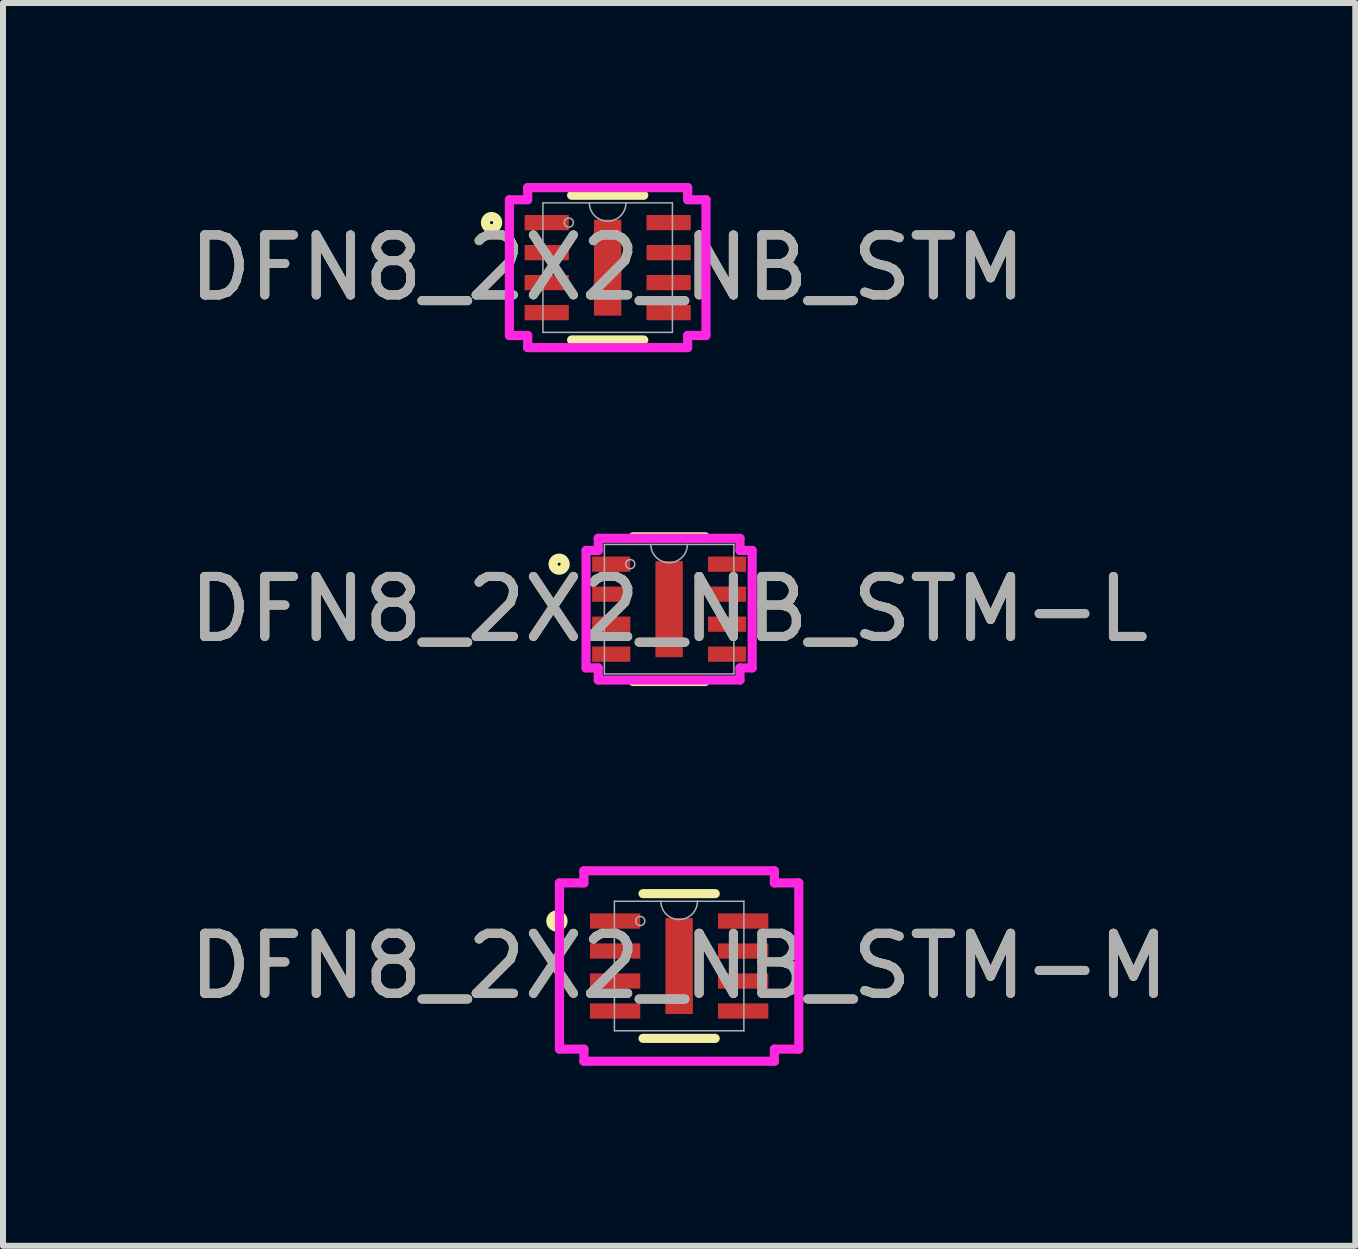
<source format=kicad_pcb>
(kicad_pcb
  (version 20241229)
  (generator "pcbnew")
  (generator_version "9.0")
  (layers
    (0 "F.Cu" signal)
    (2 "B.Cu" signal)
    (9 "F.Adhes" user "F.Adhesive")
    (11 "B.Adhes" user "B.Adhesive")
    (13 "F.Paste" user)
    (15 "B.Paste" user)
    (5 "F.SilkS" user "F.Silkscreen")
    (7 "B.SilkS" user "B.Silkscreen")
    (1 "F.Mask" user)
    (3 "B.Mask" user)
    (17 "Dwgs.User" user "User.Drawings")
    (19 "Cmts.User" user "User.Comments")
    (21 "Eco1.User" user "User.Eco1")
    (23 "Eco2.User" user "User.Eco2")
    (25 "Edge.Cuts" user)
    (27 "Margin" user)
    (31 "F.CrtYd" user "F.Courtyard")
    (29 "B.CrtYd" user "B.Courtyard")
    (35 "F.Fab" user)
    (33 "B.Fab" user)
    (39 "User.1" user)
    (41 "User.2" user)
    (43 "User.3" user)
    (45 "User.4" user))
  (footprint "DFN8_2X2_NB_STM-L"
    (layer "F.Cu")
    (at 8.101 7.102)
    (property "Reference" "DFN8_2X2_NB_STM-L" (at 0 0 0) (unlocked yes) (layer "F.SilkS") (effects (font (size 1 1) (thickness 0.15))))
    (attr smd)
    (fp_line (start -0.601 1.206) (end 0.601 1.206) (stroke (width 0.152) (type solid)) (layer "F.SilkS"))
    (fp_line (start 0.601 -1.206) (end -0.601 -1.206) (stroke (width 0.152) (type solid)) (layer "F.SilkS"))
    (fp_circle (center -1.833 -0.75) (end -1.732 -0.75) (stroke (width 0.152) (type solid)) (fill no) (layer "F.SilkS"))
    (fp_line (start -1.384 -0.979) (end -1.181 -0.979) (stroke (width 0.152) (type solid)) (layer "F.CrtYd"))
    (fp_line (start -1.384 0.979) (end -1.384 -0.979) (stroke (width 0.152) (type solid)) (layer "F.CrtYd"))
    (fp_line (start -1.384 0.979) (end -1.181 0.979) (stroke (width 0.152) (type solid)) (layer "F.CrtYd"))
    (fp_line (start -1.181 -1.181) (end 1.181 -1.181) (stroke (width 0.152) (type solid)) (layer "F.CrtYd"))
    (fp_line (start -1.181 -0.979) (end -1.181 -1.181) (stroke (width 0.152) (type solid)) (layer "F.CrtYd"))
    (fp_line (start -1.181 1.181) (end -1.181 0.979) (stroke (width 0.152) (type solid)) (layer "F.CrtYd"))
    (fp_line (start 1.181 -1.181) (end 1.181 -0.979) (stroke (width 0.152) (type solid)) (layer "F.CrtYd"))
    (fp_line (start 1.181 0.979) (end 1.181 1.181) (stroke (width 0.152) (type solid)) (layer "F.CrtYd"))
    (fp_line (start 1.181 1.181) (end -1.181 1.181) (stroke (width 0.152) (type solid)) (layer "F.CrtYd"))
    (fp_line (start 1.384 -0.979) (end 1.181 -0.979) (stroke (width 0.152) (type solid)) (layer "F.CrtYd"))
    (fp_line (start 1.384 -0.979) (end 1.384 0.979) (stroke (width 0.152) (type solid)) (layer "F.CrtYd"))
    (fp_line (start 1.384 0.979) (end 1.181 0.979) (stroke (width 0.152) (type solid)) (layer "F.CrtYd"))
    (fp_line (start -1.079 -1.079) (end -1.079 1.079) (stroke (width 0.025) (type solid)) (layer "F.Fab"))
    (fp_line (start -1.079 1.079) (end 1.079 1.079) (stroke (width 0.025) (type solid)) (layer "F.Fab"))
    (fp_line (start 1.079 -1.079) (end -1.079 -1.079) (stroke (width 0.025) (type solid)) (layer "F.Fab"))
    (fp_line (start 1.079 1.079) (end 1.079 -1.079) (stroke (width 0.025) (type solid)) (layer "F.Fab"))
    (fp_arc (start 0.3048 -1.0795) (mid 0 -0.7747) (end -0.3048 -1.0795) (stroke (width 0.0254) (type solid)) (layer "F.Fab"))
    (fp_circle (center -0.648 -0.75) (end -0.572 -0.75) (stroke (width 0.025) (type solid)) (fill no) (layer "F.Fab"))
    (fp_text user "${REFERENCE}" (at 0 0 0) (unlocked yes) (layer "F.Fab") (effects (font (size 1 1) (thickness 0.15))))
    (pad "1" smd rect (at -0.965 -0.75) (size 0.635 0.254) (layers "F.Cu" "F.Mask" "F.Paste"))
    (pad "2" smd rect (at -0.965 -0.25) (size 0.635 0.254) (layers "F.Cu" "F.Mask" "F.Paste"))
    (pad "3" smd rect (at -0.965 0.25) (size 0.635 0.254) (layers "F.Cu" "F.Mask" "F.Paste"))
    (pad "4" smd rect (at -0.965 0.75) (size 0.635 0.254) (layers "F.Cu" "F.Mask" "F.Paste"))
    (pad "5" smd rect (at 0.965 0.75) (size 0.635 0.254) (layers "F.Cu" "F.Mask" "F.Paste"))
    (pad "6" smd rect (at 0.965 0.25) (size 0.635 0.254) (layers "F.Cu" "F.Mask" "F.Paste"))
    (pad "7" smd rect (at 0.965 -0.25) (size 0.635 0.254) (layers "F.Cu" "F.Mask" "F.Paste"))
    (pad "8" smd rect (at 0.965 -0.75) (size 0.635 0.254) (layers "F.Cu" "F.Mask" "F.Paste"))
    (pad "9" smd rect (at 0 0) (size 0.457 1.6) (layers "F.Cu" "F.Mask" "F.Paste")))
  (footprint "DFN8_2X2_NB_STM-M"
    (layer "F.Cu")
    (at 8.268 13.049)
    (property "Reference" "DFN8_2X2_NB_STM-M" (at 0 0 0) (unlocked yes) (layer "F.SilkS") (effects (font (size 1 1) (thickness 0.15))))
    (attr smd)
    (fp_line (start -0.601 1.206) (end 0.601 1.206) (stroke (width 0.152) (type solid)) (layer "F.SilkS"))
    (fp_line (start 0.601 -1.206) (end -0.601 -1.206) (stroke (width 0.152) (type solid)) (layer "F.SilkS"))
    (fp_circle (center -2.037 -0.75) (end -1.935 -0.75) (stroke (width 0.152) (type solid)) (fill no) (layer "F.SilkS"))
    (fp_line (start -1.994 -1.385) (end -1.587 -1.385) (stroke (width 0.152) (type solid)) (layer "F.CrtYd"))
    (fp_line (start -1.994 1.385) (end -1.994 -1.385) (stroke (width 0.152) (type solid)) (layer "F.CrtYd"))
    (fp_line (start -1.994 1.385) (end -1.587 1.385) (stroke (width 0.152) (type solid)) (layer "F.CrtYd"))
    (fp_line (start -1.587 -1.587) (end 1.587 -1.587) (stroke (width 0.152) (type solid)) (layer "F.CrtYd"))
    (fp_line (start -1.587 -1.385) (end -1.587 -1.587) (stroke (width 0.152) (type solid)) (layer "F.CrtYd"))
    (fp_line (start -1.587 1.587) (end -1.587 1.385) (stroke (width 0.152) (type solid)) (layer "F.CrtYd"))
    (fp_line (start 1.587 -1.587) (end 1.587 -1.385) (stroke (width 0.152) (type solid)) (layer "F.CrtYd"))
    (fp_line (start 1.587 1.385) (end 1.587 1.587) (stroke (width 0.152) (type solid)) (layer "F.CrtYd"))
    (fp_line (start 1.587 1.587) (end -1.587 1.587) (stroke (width 0.152) (type solid)) (layer "F.CrtYd"))
    (fp_line (start 1.994 -1.385) (end 1.587 -1.385) (stroke (width 0.152) (type solid)) (layer "F.CrtYd"))
    (fp_line (start 1.994 -1.385) (end 1.994 1.385) (stroke (width 0.152) (type solid)) (layer "F.CrtYd"))
    (fp_line (start 1.994 1.385) (end 1.587 1.385) (stroke (width 0.152) (type solid)) (layer "F.CrtYd"))
    (fp_line (start -1.079 -1.079) (end -1.079 1.079) (stroke (width 0.025) (type solid)) (layer "F.Fab"))
    (fp_line (start -1.079 1.079) (end 1.079 1.079) (stroke (width 0.025) (type solid)) (layer "F.Fab"))
    (fp_line (start 1.079 -1.079) (end -1.079 -1.079) (stroke (width 0.025) (type solid)) (layer "F.Fab"))
    (fp_line (start 1.079 1.079) (end 1.079 -1.079) (stroke (width 0.025) (type solid)) (layer "F.Fab"))
    (fp_arc (start 0.3048 -1.0795) (mid 0 -0.7747) (end -0.3048 -1.0795) (stroke (width 0.0254) (type solid)) (layer "F.Fab"))
    (fp_circle (center -0.648 -0.75) (end -0.572 -0.75) (stroke (width 0.025) (type solid)) (fill no) (layer "F.Fab"))
    (fp_text user "${REFERENCE}" (at 0 0 0) (unlocked yes) (layer "F.Fab") (effects (font (size 1 1) (thickness 0.15))))
    (pad "1" smd rect (at -1.067 -0.75) (size 0.838 0.254) (layers "F.Cu" "F.Mask" "F.Paste"))
    (pad "2" smd rect (at -1.067 -0.25) (size 0.838 0.254) (layers "F.Cu" "F.Mask" "F.Paste"))
    (pad "3" smd rect (at -1.067 0.25) (size 0.838 0.254) (layers "F.Cu" "F.Mask" "F.Paste"))
    (pad "4" smd rect (at -1.067 0.75) (size 0.838 0.254) (layers "F.Cu" "F.Mask" "F.Paste"))
    (pad "5" smd rect (at 1.067 0.75) (size 0.838 0.254) (layers "F.Cu" "F.Mask" "F.Paste"))
    (pad "6" smd rect (at 1.067 0.25) (size 0.838 0.254) (layers "F.Cu" "F.Mask" "F.Paste"))
    (pad "7" smd rect (at 1.067 -0.25) (size 0.838 0.254) (layers "F.Cu" "F.Mask" "F.Paste"))
    (pad "8" smd rect (at 1.067 -0.75) (size 0.838 0.254) (layers "F.Cu" "F.Mask" "F.Paste"))
    (pad "9" smd rect (at 0 0) (size 0.457 1.6) (layers "F.Cu" "F.Mask" "F.Paste")))
  (footprint "DFN8_2X2_NB_STM"
    (layer "F.Cu")
    (at 7.077 1.41)
    (property "Reference" "DFN8_2X2_NB_STM" (at 0 0 0) (unlocked yes) (layer "F.SilkS") (effects (font (size 1 1) (thickness 0.15))))
    (attr smd)
    (fp_line (start -0.601 1.206) (end 0.601 1.206) (stroke (width 0.152) (type solid)) (layer "F.SilkS"))
    (fp_line (start 0.601 -1.206) (end -0.601 -1.206) (stroke (width 0.152) (type solid)) (layer "F.SilkS"))
    (fp_circle (center -1.935 -0.75) (end -1.833 -0.75) (stroke (width 0.152) (type solid)) (fill no) (layer "F.SilkS"))
    (fp_line (start -1.638 -1.131) (end -1.333 -1.131) (stroke (width 0.152) (type solid)) (layer "F.CrtYd"))
    (fp_line (start -1.638 1.131) (end -1.638 -1.131) (stroke (width 0.152) (type solid)) (layer "F.CrtYd"))
    (fp_line (start -1.638 1.131) (end -1.333 1.131) (stroke (width 0.152) (type solid)) (layer "F.CrtYd"))
    (fp_line (start -1.333 -1.333) (end 1.333 -1.333) (stroke (width 0.152) (type solid)) (layer "F.CrtYd"))
    (fp_line (start -1.333 -1.131) (end -1.333 -1.333) (stroke (width 0.152) (type solid)) (layer "F.CrtYd"))
    (fp_line (start -1.333 1.333) (end -1.333 1.131) (stroke (width 0.152) (type solid)) (layer "F.CrtYd"))
    (fp_line (start 1.333 -1.333) (end 1.333 -1.131) (stroke (width 0.152) (type solid)) (layer "F.CrtYd"))
    (fp_line (start 1.333 1.131) (end 1.333 1.333) (stroke (width 0.152) (type solid)) (layer "F.CrtYd"))
    (fp_line (start 1.333 1.333) (end -1.333 1.333) (stroke (width 0.152) (type solid)) (layer "F.CrtYd"))
    (fp_line (start 1.638 -1.131) (end 1.333 -1.131) (stroke (width 0.152) (type solid)) (layer "F.CrtYd"))
    (fp_line (start 1.638 -1.131) (end 1.638 1.131) (stroke (width 0.152) (type solid)) (layer "F.CrtYd"))
    (fp_line (start 1.638 1.131) (end 1.333 1.131) (stroke (width 0.152) (type solid)) (layer "F.CrtYd"))
    (fp_line (start -1.079 -1.079) (end -1.079 1.079) (stroke (width 0.025) (type solid)) (layer "F.Fab"))
    (fp_line (start -1.079 1.079) (end 1.079 1.079) (stroke (width 0.025) (type solid)) (layer "F.Fab"))
    (fp_line (start 1.079 -1.079) (end -1.079 -1.079) (stroke (width 0.025) (type solid)) (layer "F.Fab"))
    (fp_line (start 1.079 1.079) (end 1.079 -1.079) (stroke (width 0.025) (type solid)) (layer "F.Fab"))
    (fp_arc (start 0.3048 -1.0795) (mid 0 -0.7747) (end -0.3048 -1.0795) (stroke (width 0.0254) (type solid)) (layer "F.Fab"))
    (fp_circle (center -0.648 -0.75) (end -0.572 -0.75) (stroke (width 0.025) (type solid)) (fill no) (layer "F.Fab"))
    (fp_text user "${REFERENCE}" (at 0 0 0) (unlocked yes) (layer "F.Fab") (effects (font (size 1 1) (thickness 0.15))))
    (pad "1" smd rect (at -1.016 -0.75) (size 0.737 0.254) (layers "F.Cu" "F.Mask" "F.Paste"))
    (pad "2" smd rect (at -1.016 -0.25) (size 0.737 0.254) (layers "F.Cu" "F.Mask" "F.Paste"))
    (pad "3" smd rect (at -1.016 0.25) (size 0.737 0.254) (layers "F.Cu" "F.Mask" "F.Paste"))
    (pad "4" smd rect (at -1.016 0.75) (size 0.737 0.254) (layers "F.Cu" "F.Mask" "F.Paste"))
    (pad "5" smd rect (at 1.016 0.75) (size 0.737 0.254) (layers "F.Cu" "F.Mask" "F.Paste"))
    (pad "6" smd rect (at 1.016 0.25) (size 0.737 0.254) (layers "F.Cu" "F.Mask" "F.Paste"))
    (pad "7" smd rect (at 1.016 -0.25) (size 0.737 0.254) (layers "F.Cu" "F.Mask" "F.Paste"))
    (pad "8" smd rect (at 1.016 -0.75) (size 0.737 0.254) (layers "F.Cu" "F.Mask" "F.Paste"))
    (pad "9" smd rect (at 0 0) (size 0.457 1.6) (layers "F.Cu" "F.Mask" "F.Paste")))
  (gr_rect
    (start -3 -3)
    (end 19.536 17.712)
    (stroke (width 0.1) (type default))
    (fill no)
    (layer "Edge.Cuts")))
</source>
